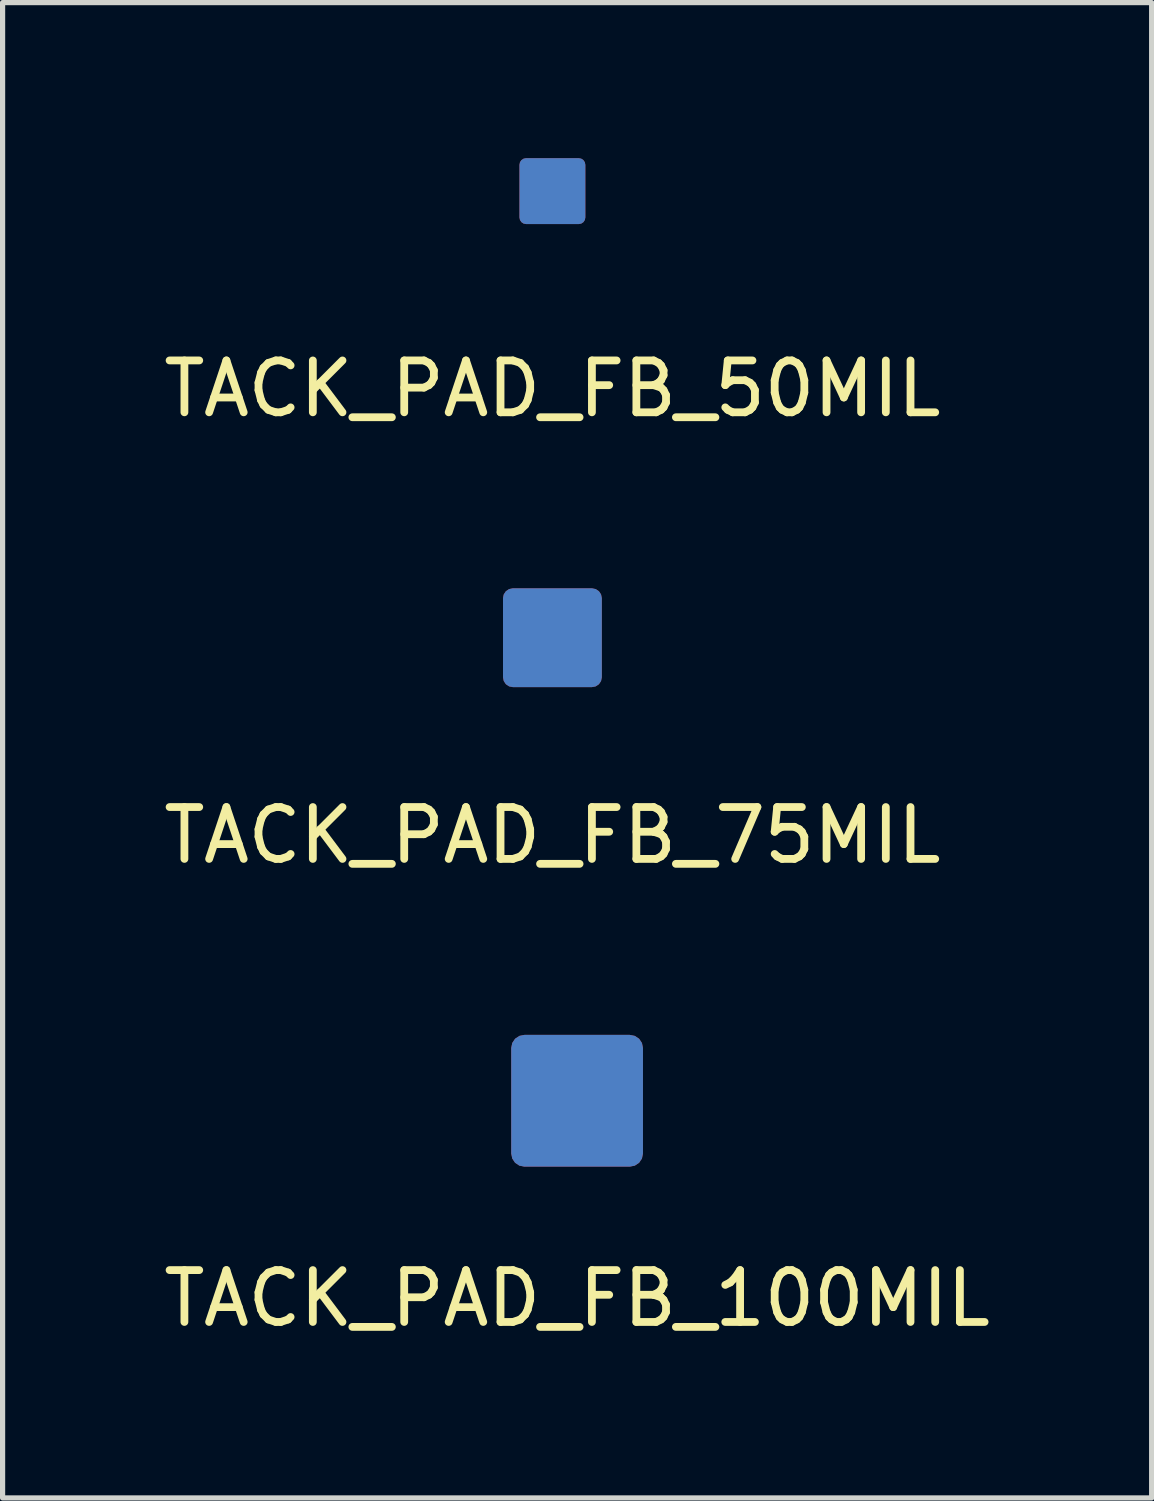
<source format=kicad_pcb>
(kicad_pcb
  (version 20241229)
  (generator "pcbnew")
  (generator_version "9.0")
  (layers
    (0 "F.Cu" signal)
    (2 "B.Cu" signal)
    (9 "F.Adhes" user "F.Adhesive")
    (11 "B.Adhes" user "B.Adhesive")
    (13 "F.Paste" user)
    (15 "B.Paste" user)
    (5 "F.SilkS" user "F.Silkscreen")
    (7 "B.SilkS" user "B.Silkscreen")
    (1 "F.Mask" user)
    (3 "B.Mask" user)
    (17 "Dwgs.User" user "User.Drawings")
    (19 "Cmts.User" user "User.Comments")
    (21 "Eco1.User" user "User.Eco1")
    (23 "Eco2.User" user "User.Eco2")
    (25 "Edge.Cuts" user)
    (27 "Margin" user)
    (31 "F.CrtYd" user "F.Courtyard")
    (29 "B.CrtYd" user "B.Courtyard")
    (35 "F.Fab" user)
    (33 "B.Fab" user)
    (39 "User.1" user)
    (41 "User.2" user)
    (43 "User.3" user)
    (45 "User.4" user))
  (footprint "TACK_PAD_FB_75MIL"
    (layer "F.Cu")
    (at 7.601 9.246)
    (property "Reference" "TACK_PAD_FB_75MIL" (at 0 3.81 0) (layer "F.SilkS") (effects (font (size 1 1) (thickness 0.15))))
    (attr through_hole)
    (pad "1" smd roundrect (at 0 0) (size 1.905 1.905) (layers "F.Cu" "F.Mask" "F.Paste") (roundrect_rratio 0.1))
    (pad "1" smd roundrect (at 0 0) (size 1.905 1.905) (layers "B.Cu" "B.Mask" "B.Paste") (roundrect_rratio 0.1)))
  (footprint "TACK_PAD_FB_50MIL"
    (layer "F.Cu")
    (at 7.601 0.635)
    (property "Reference" "TACK_PAD_FB_50MIL" (at 0 3.81 0) (layer "F.SilkS") (effects (font (size 1 1) (thickness 0.15))))
    (attr through_hole)
    (pad "1" smd roundrect (at 0 0) (size 1.27 1.27) (layers "F.Cu" "F.Mask" "F.Paste") (roundrect_rratio 0.1))
    (pad "1" smd roundrect (at 0 0) (size 1.27 1.27) (layers "B.Cu" "B.Mask" "B.Paste") (roundrect_rratio 0.1)))
  (footprint "TACK_PAD_FB_100MIL"
    (layer "F.Cu")
    (at 8.077 18.174)
    (property "Reference" "TACK_PAD_FB_100MIL" (at 0 3.81 0) (layer "F.SilkS") (effects (font (size 1 1) (thickness 0.15))))
    (attr through_hole)
    (pad "1" smd roundrect (at 0 0) (size 2.54 2.54) (layers "F.Cu" "F.Mask" "F.Paste") (roundrect_rratio 0.1))
    (pad "1" smd roundrect (at 0 0) (size 2.54 2.54) (layers "B.Cu" "B.Mask" "B.Paste") (roundrect_rratio 0.1)))
  (gr_rect
    (start -3 -3)
    (end 19.155 25.832)
    (stroke (width 0.1) (type default))
    (fill no)
    (layer "Edge.Cuts")))
</source>
